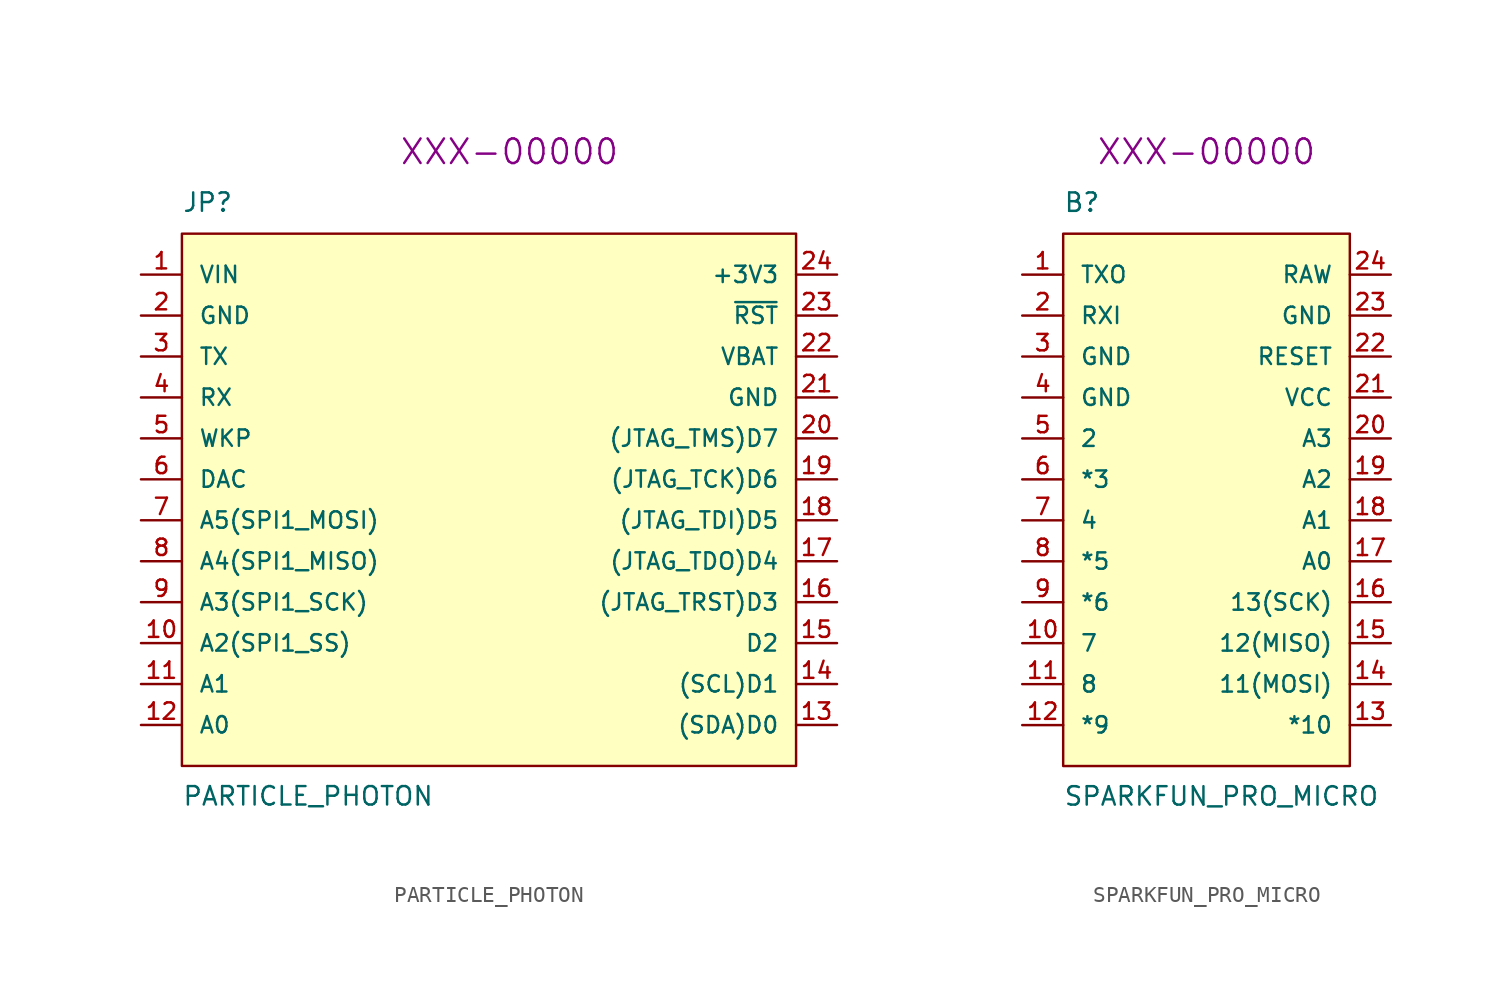
<source format=kicad_sym>
(kicad_symbol_lib
  (version 20220914)
  (generator kicad_symbol_editor)
  (symbol "PARTICLE_PHOTON"
    (pin_names
      (offset 1.016))
    (property "Reference" "JP"
      (at -20.32 19.05 0)
      (effects (font (size 1.143 1.143)) (justify left bottom)))
    (property "Value" "PARTICLE_PHOTON"
      (at -20.32 -17.78 0)
      (effects (font (size 1.143 1.143)) (justify left bottom)))
    (property "Field4" "XXX-00000"
      (at 0 22.86 0)
      (effects (font (size 1.524 1.524))))
    (property "ki_locked" ""
      (at 0 0 0)
      (effects (font (size 1.27 1.27))))
    (symbol "PARTICLE_PHOTON_1_1"
      (polyline (pts (xy -20.32 17.78) (xy -20.32 -15.24) (xy 17.78 -15.24) (xy 17.78 17.78) (xy -20.32 17.78)) (stroke (width 0) (type solid)) (fill (type background)))
      (pin power_in line (at -22.86 15.24 0) (length 2.54) (name "VIN" (effects (font (size 1.016 1.016)))) (number "1" (effects (font (size 1.016 1.016)))))
      (pin bidirectional line (at -22.86 -7.62 0) (length 2.54) (name "A2(SPI1_SS)" (effects (font (size 1.016 1.016)))) (number "10" (effects (font (size 1.016 1.016)))))
      (pin bidirectional line (at -22.86 -10.16 0) (length 2.54) (name "A1" (effects (font (size 1.016 1.016)))) (number "11" (effects (font (size 1.016 1.016)))))
      (pin bidirectional line (at -22.86 -12.7 0) (length 2.54) (name "A0" (effects (font (size 1.016 1.016)))) (number "12" (effects (font (size 1.016 1.016)))))
      (pin bidirectional line (at 20.32 -12.7 180) (length 2.54) (name "(SDA)D0" (effects (font (size 1.016 1.016)))) (number "13" (effects (font (size 1.016 1.016)))))
      (pin bidirectional line (at 20.32 -10.16 180) (length 2.54) (name "(SCL)D1" (effects (font (size 1.016 1.016)))) (number "14" (effects (font (size 1.016 1.016)))))
      (pin bidirectional line (at 20.32 -7.62 180) (length 2.54) (name "D2" (effects (font (size 1.016 1.016)))) (number "15" (effects (font (size 1.016 1.016)))))
      (pin bidirectional line (at 20.32 -5.08 180) (length 2.54) (name "(JTAG_TRST)D3" (effects (font (size 1.016 1.016)))) (number "16" (effects (font (size 1.016 1.016)))))
      (pin bidirectional line (at 20.32 -2.54 180) (length 2.54) (name "(JTAG_TDO)D4" (effects (font (size 1.016 1.016)))) (number "17" (effects (font (size 1.016 1.016)))))
      (pin bidirectional line (at 20.32 0 180) (length 2.54) (name "(JTAG_TDI)D5" (effects (font (size 1.016 1.016)))) (number "18" (effects (font (size 1.016 1.016)))))
      (pin bidirectional line (at 20.32 2.54 180) (length 2.54) (name "(JTAG_TCK)D6" (effects (font (size 1.016 1.016)))) (number "19" (effects (font (size 1.016 1.016)))))
      (pin power_in line (at -22.86 12.7 0) (length 2.54) (name "GND" (effects (font (size 1.016 1.016)))) (number "2" (effects (font (size 1.016 1.016)))))
      (pin bidirectional line (at 20.32 5.08 180) (length 2.54) (name "(JTAG_TMS)D7" (effects (font (size 1.016 1.016)))) (number "20" (effects (font (size 1.016 1.016)))))
      (pin power_in line (at 20.32 7.62 180) (length 2.54) (name "GND" (effects (font (size 1.016 1.016)))) (number "21" (effects (font (size 1.016 1.016)))))
      (pin power_in line (at 20.32 10.16 180) (length 2.54) (name "VBAT" (effects (font (size 1.016 1.016)))) (number "22" (effects (font (size 1.016 1.016)))))
      (pin bidirectional line (at 20.32 12.7 180) (length 2.54) (name "~{RST}" (effects (font (size 1.016 1.016)))) (number "23" (effects (font (size 1.016 1.016)))))
      (pin power_in line (at 20.32 15.24 180) (length 2.54) (name "+3V3" (effects (font (size 1.016 1.016)))) (number "24" (effects (font (size 1.016 1.016)))))
      (pin bidirectional line (at -22.86 10.16 0) (length 2.54) (name "TX" (effects (font (size 1.016 1.016)))) (number "3" (effects (font (size 1.016 1.016)))))
      (pin bidirectional line (at -22.86 7.62 0) (length 2.54) (name "RX" (effects (font (size 1.016 1.016)))) (number "4" (effects (font (size 1.016 1.016)))))
      (pin bidirectional line (at -22.86 5.08 0) (length 2.54) (name "WKP" (effects (font (size 1.016 1.016)))) (number "5" (effects (font (size 1.016 1.016)))))
      (pin bidirectional line (at -22.86 2.54 0) (length 2.54) (name "DAC" (effects (font (size 1.016 1.016)))) (number "6" (effects (font (size 1.016 1.016)))))
      (pin bidirectional line (at -22.86 0 0) (length 2.54) (name "A5(SPI1_MOSI)" (effects (font (size 1.016 1.016)))) (number "7" (effects (font (size 1.016 1.016)))))
      (pin bidirectional line (at -22.86 -2.54 0) (length 2.54) (name "A4(SPI1_MISO)" (effects (font (size 1.016 1.016)))) (number "8" (effects (font (size 1.016 1.016)))))
      (pin bidirectional line (at -22.86 -5.08 0) (length 2.54) (name "A3(SPI1_SCK)" (effects (font (size 1.016 1.016)))) (number "9" (effects (font (size 1.016 1.016)))))))
  (symbol "SPARKFUN_PRO_MICRO"
    (pin_names
      (offset 1.016))
    (property "Reference" "B"
      (at -8.89 17.78 0)
      (effects (font (size 1.143 1.143)) (justify left bottom)))
    (property "Value" "SPARKFUN_PRO_MICRO"
      (at -8.89 -19.05 0)
      (effects (font (size 1.143 1.143)) (justify left bottom)))
    (property "Field4" "XXX-00000"
      (at 0 21.59 0)
      (effects (font (size 1.524 1.524))))
    (property "ki_locked" ""
      (at 0 0 0)
      (effects (font (size 1.27 1.27))))
    (symbol "SPARKFUN_PRO_MICRO_1_1"
      (polyline (pts (xy -8.89 16.51) (xy -8.89 -16.51) (xy 8.89 -16.51) (xy 8.89 16.51) (xy -8.89 16.51)) (stroke (width 0) (type solid)) (fill (type background)))
      (pin bidirectional line (at -11.43 13.97 0) (length 2.54) (name "TXO" (effects (font (size 1.016 1.016)))) (number "1" (effects (font (size 1.016 1.016)))))
      (pin bidirectional line (at -11.43 -8.89 0) (length 2.54) (name "7" (effects (font (size 1.016 1.016)))) (number "10" (effects (font (size 1.016 1.016)))))
      (pin bidirectional line (at -11.43 -11.43 0) (length 2.54) (name "8" (effects (font (size 1.016 1.016)))) (number "11" (effects (font (size 1.016 1.016)))))
      (pin bidirectional line (at -11.43 -13.97 0) (length 2.54) (name "*9" (effects (font (size 1.016 1.016)))) (number "12" (effects (font (size 1.016 1.016)))))
      (pin bidirectional line (at 11.43 -13.97 180) (length 2.54) (name "*10" (effects (font (size 1.016 1.016)))) (number "13" (effects (font (size 1.016 1.016)))))
      (pin bidirectional line (at 11.43 -11.43 180) (length 2.54) (name "11(MOSI)" (effects (font (size 1.016 1.016)))) (number "14" (effects (font (size 1.016 1.016)))))
      (pin bidirectional line (at 11.43 -8.89 180) (length 2.54) (name "12(MISO)" (effects (font (size 1.016 1.016)))) (number "15" (effects (font (size 1.016 1.016)))))
      (pin bidirectional line (at 11.43 -6.35 180) (length 2.54) (name "13(SCK)" (effects (font (size 1.016 1.016)))) (number "16" (effects (font (size 1.016 1.016)))))
      (pin bidirectional line (at 11.43 -3.81 180) (length 2.54) (name "A0" (effects (font (size 1.016 1.016)))) (number "17" (effects (font (size 1.016 1.016)))))
      (pin bidirectional line (at 11.43 -1.27 180) (length 2.54) (name "A1" (effects (font (size 1.016 1.016)))) (number "18" (effects (font (size 1.016 1.016)))))
      (pin bidirectional line (at 11.43 1.27 180) (length 2.54) (name "A2" (effects (font (size 1.016 1.016)))) (number "19" (effects (font (size 1.016 1.016)))))
      (pin bidirectional line (at -11.43 11.43 0) (length 2.54) (name "RXI" (effects (font (size 1.016 1.016)))) (number "2" (effects (font (size 1.016 1.016)))))
      (pin bidirectional line (at 11.43 3.81 180) (length 2.54) (name "A3" (effects (font (size 1.016 1.016)))) (number "20" (effects (font (size 1.016 1.016)))))
      (pin power_in line (at 11.43 6.35 180) (length 2.54) (name "VCC" (effects (font (size 1.016 1.016)))) (number "21" (effects (font (size 1.016 1.016)))))
      (pin bidirectional line (at 11.43 8.89 180) (length 2.54) (name "RESET" (effects (font (size 1.016 1.016)))) (number "22" (effects (font (size 1.016 1.016)))))
      (pin power_in line (at 11.43 11.43 180) (length 2.54) (name "GND" (effects (font (size 1.016 1.016)))) (number "23" (effects (font (size 1.016 1.016)))))
      (pin power_in line (at 11.43 13.97 180) (length 2.54) (name "RAW" (effects (font (size 1.016 1.016)))) (number "24" (effects (font (size 1.016 1.016)))))
      (pin power_in line (at -11.43 8.89 0) (length 2.54) (name "GND" (effects (font (size 1.016 1.016)))) (number "3" (effects (font (size 1.016 1.016)))))
      (pin power_in line (at -11.43 6.35 0) (length 2.54) (name "GND" (effects (font (size 1.016 1.016)))) (number "4" (effects (font (size 1.016 1.016)))))
      (pin bidirectional line (at -11.43 3.81 0) (length 2.54) (name "2" (effects (font (size 1.016 1.016)))) (number "5" (effects (font (size 1.016 1.016)))))
      (pin bidirectional line (at -11.43 1.27 0) (length 2.54) (name "*3" (effects (font (size 1.016 1.016)))) (number "6" (effects (font (size 1.016 1.016)))))
      (pin bidirectional line (at -11.43 -1.27 0) (length 2.54) (name "4" (effects (font (size 1.016 1.016)))) (number "7" (effects (font (size 1.016 1.016)))))
      (pin bidirectional line (at -11.43 -3.81 0) (length 2.54) (name "*5" (effects (font (size 1.016 1.016)))) (number "8" (effects (font (size 1.016 1.016)))))
      (pin bidirectional line (at -11.43 -6.35 0) (length 2.54) (name "*6" (effects (font (size 1.016 1.016)))) (number "9" (effects (font (size 1.016 1.016))))))))
</source>
